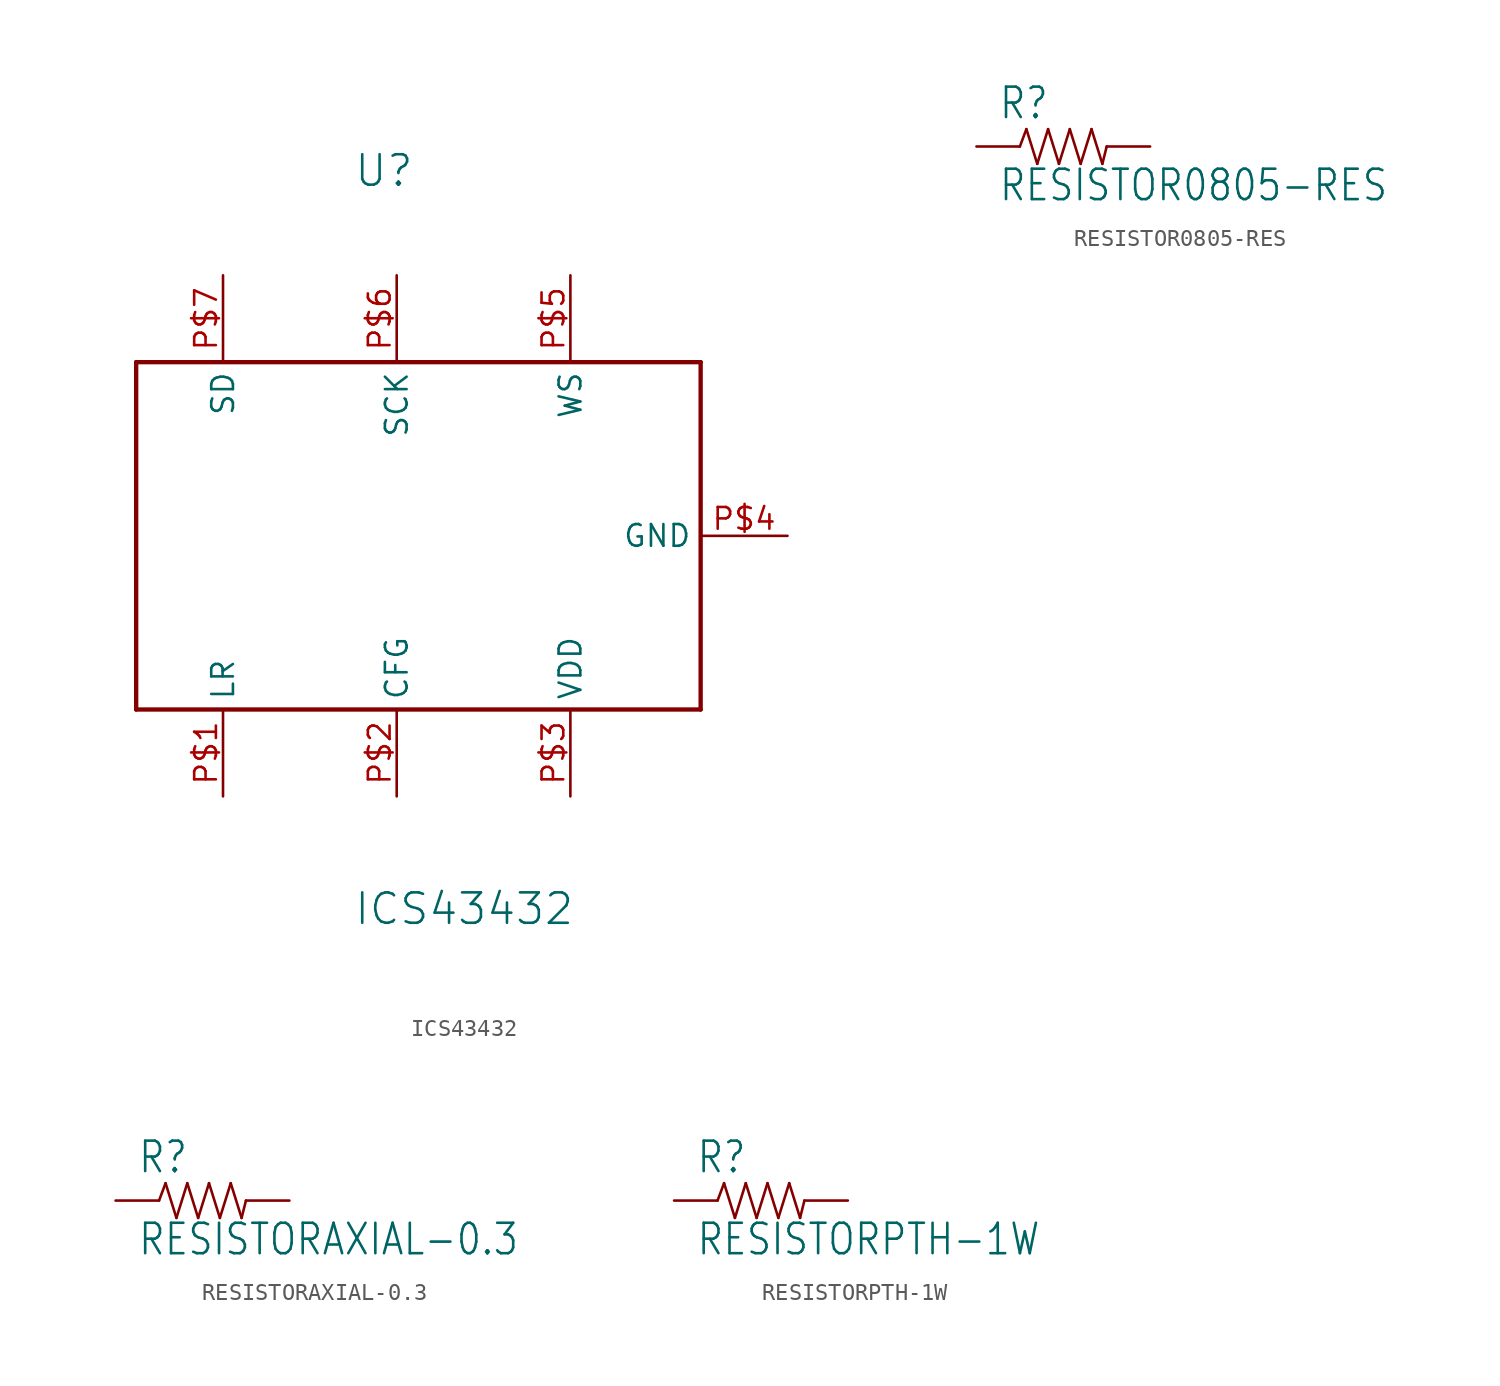
<source format=kicad_sym>
(kicad_symbol_lib
  (version 20211014)
  (generator kicad_symbol_editor)
  (symbol "ICS43432"
    (property "Reference" "U"
      (at -5.08 20.32 0)
      (effects (font (size 1.778 1.778)) (justify left bottom)))
    (property "Value" "ICS43432"
      (at -5.08 -22.86 0)
      (effects (font (size 1.778 1.778)) (justify left bottom)))
    (property "ki_locked" ""
      (at 0 0 0)
      (effects (font (size 1.27 1.27))))
    (symbol "ICS43432_1_0"
      (polyline (pts (xy -17.78 -10.16) (xy 15.24 -10.16)) (stroke (width 0.254) (type default) (color 0 0 0 0)) (fill (type none)))
      (polyline (pts (xy -17.78 10.16) (xy -17.78 -10.16)) (stroke (width 0.254) (type default) (color 0 0 0 0)) (fill (type none)))
      (polyline (pts (xy 15.24 -10.16) (xy 15.24 10.16)) (stroke (width 0.254) (type default) (color 0 0 0 0)) (fill (type none)))
      (polyline (pts (xy 15.24 10.16) (xy -17.78 10.16)) (stroke (width 0.254) (type default) (color 0 0 0 0)) (fill (type none)))
      (pin bidirectional line (at -12.7 -15.24 90) (length 5.08) (name "LR" (effects (font (size 1.27 1.27)))) (number "P$1" (effects (font (size 1.27 1.27)))))
      (pin bidirectional line (at -2.54 -15.24 90) (length 5.08) (name "CFG" (effects (font (size 1.27 1.27)))) (number "P$2" (effects (font (size 1.27 1.27)))))
      (pin bidirectional line (at 7.62 -15.24 90) (length 5.08) (name "VDD" (effects (font (size 1.27 1.27)))) (number "P$3" (effects (font (size 1.27 1.27)))))
      (pin bidirectional line (at 20.32 0 180) (length 5.08) (name "GND" (effects (font (size 1.27 1.27)))) (number "P$4" (effects (font (size 1.27 1.27)))))
      (pin bidirectional line (at 7.62 15.24 270) (length 5.08) (name "WS" (effects (font (size 1.27 1.27)))) (number "P$5" (effects (font (size 1.27 1.27)))))
      (pin bidirectional line (at -2.54 15.24 270) (length 5.08) (name "SCK" (effects (font (size 1.27 1.27)))) (number "P$6" (effects (font (size 1.27 1.27)))))
      (pin bidirectional line (at -12.7 15.24 270) (length 5.08) (name "SD" (effects (font (size 1.27 1.27)))) (number "P$7" (effects (font (size 1.27 1.27)))))))
  (symbol "RESISTOR0805-RES"
    (property "Reference" "R"
      (at -3.81 1.499 0)
      (effects (font (size 1.778 1.511)) (justify left bottom)))
    (property "Value" "RESISTOR0805-RES"
      (at -3.81 -3.302 0)
      (effects (font (size 1.778 1.511)) (justify left bottom)))
    (property "ki_locked" ""
      (at 0 0 0)
      (effects (font (size 1.27 1.27))))
    (symbol "RESISTOR0805-RES_1_0"
      (polyline (pts (xy -2.54 0) (xy -2.159 1.016)) (stroke (width 0.152) (type default) (color 0 0 0 0)) (fill (type none)))
      (polyline (pts (xy -2.159 1.016) (xy -1.524 -1.016)) (stroke (width 0.152) (type default) (color 0 0 0 0)) (fill (type none)))
      (polyline (pts (xy -1.524 -1.016) (xy -0.889 1.016)) (stroke (width 0.152) (type default) (color 0 0 0 0)) (fill (type none)))
      (polyline (pts (xy -0.889 1.016) (xy -0.254 -1.016)) (stroke (width 0.152) (type default) (color 0 0 0 0)) (fill (type none)))
      (polyline (pts (xy -0.254 -1.016) (xy 0.381 1.016)) (stroke (width 0.152) (type default) (color 0 0 0 0)) (fill (type none)))
      (polyline (pts (xy 0.381 1.016) (xy 1.016 -1.016)) (stroke (width 0.152) (type default) (color 0 0 0 0)) (fill (type none)))
      (polyline (pts (xy 1.016 -1.016) (xy 1.651 1.016)) (stroke (width 0.152) (type default) (color 0 0 0 0)) (fill (type none)))
      (polyline (pts (xy 1.651 1.016) (xy 2.286 -1.016)) (stroke (width 0.152) (type default) (color 0 0 0 0)) (fill (type none)))
      (polyline (pts (xy 2.286 -1.016) (xy 2.54 0)) (stroke (width 0.152) (type default) (color 0 0 0 0)) (fill (type none)))
      (pin passive line (at -5.08 0 0) (length 2.54) (name "1" (effects (font (size 0 0)))) (number "1" (effects (font (size 0 0)))))
      (pin passive line (at 5.08 0 180) (length 2.54) (name "2" (effects (font (size 0 0)))) (number "2" (effects (font (size 0 0)))))))
  (symbol "RESISTORAXIAL-0.3"
    (property "Reference" "R"
      (at -3.81 1.499 0)
      (effects (font (size 1.778 1.511)) (justify left bottom)))
    (property "Value" "RESISTORAXIAL-0.3"
      (at -3.81 -3.302 0)
      (effects (font (size 1.778 1.511)) (justify left bottom)))
    (property "ki_locked" ""
      (at 0 0 0)
      (effects (font (size 1.27 1.27))))
    (symbol "RESISTORAXIAL-0.3_1_0"
      (polyline (pts (xy -2.54 0) (xy -2.159 1.016)) (stroke (width 0.152) (type default) (color 0 0 0 0)) (fill (type none)))
      (polyline (pts (xy -2.159 1.016) (xy -1.524 -1.016)) (stroke (width 0.152) (type default) (color 0 0 0 0)) (fill (type none)))
      (polyline (pts (xy -1.524 -1.016) (xy -0.889 1.016)) (stroke (width 0.152) (type default) (color 0 0 0 0)) (fill (type none)))
      (polyline (pts (xy -0.889 1.016) (xy -0.254 -1.016)) (stroke (width 0.152) (type default) (color 0 0 0 0)) (fill (type none)))
      (polyline (pts (xy -0.254 -1.016) (xy 0.381 1.016)) (stroke (width 0.152) (type default) (color 0 0 0 0)) (fill (type none)))
      (polyline (pts (xy 0.381 1.016) (xy 1.016 -1.016)) (stroke (width 0.152) (type default) (color 0 0 0 0)) (fill (type none)))
      (polyline (pts (xy 1.016 -1.016) (xy 1.651 1.016)) (stroke (width 0.152) (type default) (color 0 0 0 0)) (fill (type none)))
      (polyline (pts (xy 1.651 1.016) (xy 2.286 -1.016)) (stroke (width 0.152) (type default) (color 0 0 0 0)) (fill (type none)))
      (polyline (pts (xy 2.286 -1.016) (xy 2.54 0)) (stroke (width 0.152) (type default) (color 0 0 0 0)) (fill (type none)))
      (pin passive line (at -5.08 0 0) (length 2.54) (name "1" (effects (font (size 0 0)))) (number "P$1" (effects (font (size 0 0)))))
      (pin passive line (at 5.08 0 180) (length 2.54) (name "2" (effects (font (size 0 0)))) (number "P$2" (effects (font (size 0 0)))))))
  (symbol "RESISTORPTH-1W"
    (property "Reference" "R"
      (at -3.81 1.499 0)
      (effects (font (size 1.778 1.511)) (justify left bottom)))
    (property "Value" "RESISTORPTH-1W"
      (at -3.81 -3.302 0)
      (effects (font (size 1.778 1.511)) (justify left bottom)))
    (property "ki_locked" ""
      (at 0 0 0)
      (effects (font (size 1.27 1.27))))
    (symbol "RESISTORPTH-1W_1_0"
      (polyline (pts (xy -2.54 0) (xy -2.159 1.016)) (stroke (width 0.152) (type default) (color 0 0 0 0)) (fill (type none)))
      (polyline (pts (xy -2.159 1.016) (xy -1.524 -1.016)) (stroke (width 0.152) (type default) (color 0 0 0 0)) (fill (type none)))
      (polyline (pts (xy -1.524 -1.016) (xy -0.889 1.016)) (stroke (width 0.152) (type default) (color 0 0 0 0)) (fill (type none)))
      (polyline (pts (xy -0.889 1.016) (xy -0.254 -1.016)) (stroke (width 0.152) (type default) (color 0 0 0 0)) (fill (type none)))
      (polyline (pts (xy -0.254 -1.016) (xy 0.381 1.016)) (stroke (width 0.152) (type default) (color 0 0 0 0)) (fill (type none)))
      (polyline (pts (xy 0.381 1.016) (xy 1.016 -1.016)) (stroke (width 0.152) (type default) (color 0 0 0 0)) (fill (type none)))
      (polyline (pts (xy 1.016 -1.016) (xy 1.651 1.016)) (stroke (width 0.152) (type default) (color 0 0 0 0)) (fill (type none)))
      (polyline (pts (xy 1.651 1.016) (xy 2.286 -1.016)) (stroke (width 0.152) (type default) (color 0 0 0 0)) (fill (type none)))
      (polyline (pts (xy 2.286 -1.016) (xy 2.54 0)) (stroke (width 0.152) (type default) (color 0 0 0 0)) (fill (type none)))
      (pin passive line (at -5.08 0 0) (length 2.54) (name "1" (effects (font (size 0 0)))) (number "P$1" (effects (font (size 0 0)))))
      (pin passive line (at 5.08 0 180) (length 2.54) (name "2" (effects (font (size 0 0)))) (number "P$2" (effects (font (size 0 0))))))))
</source>
